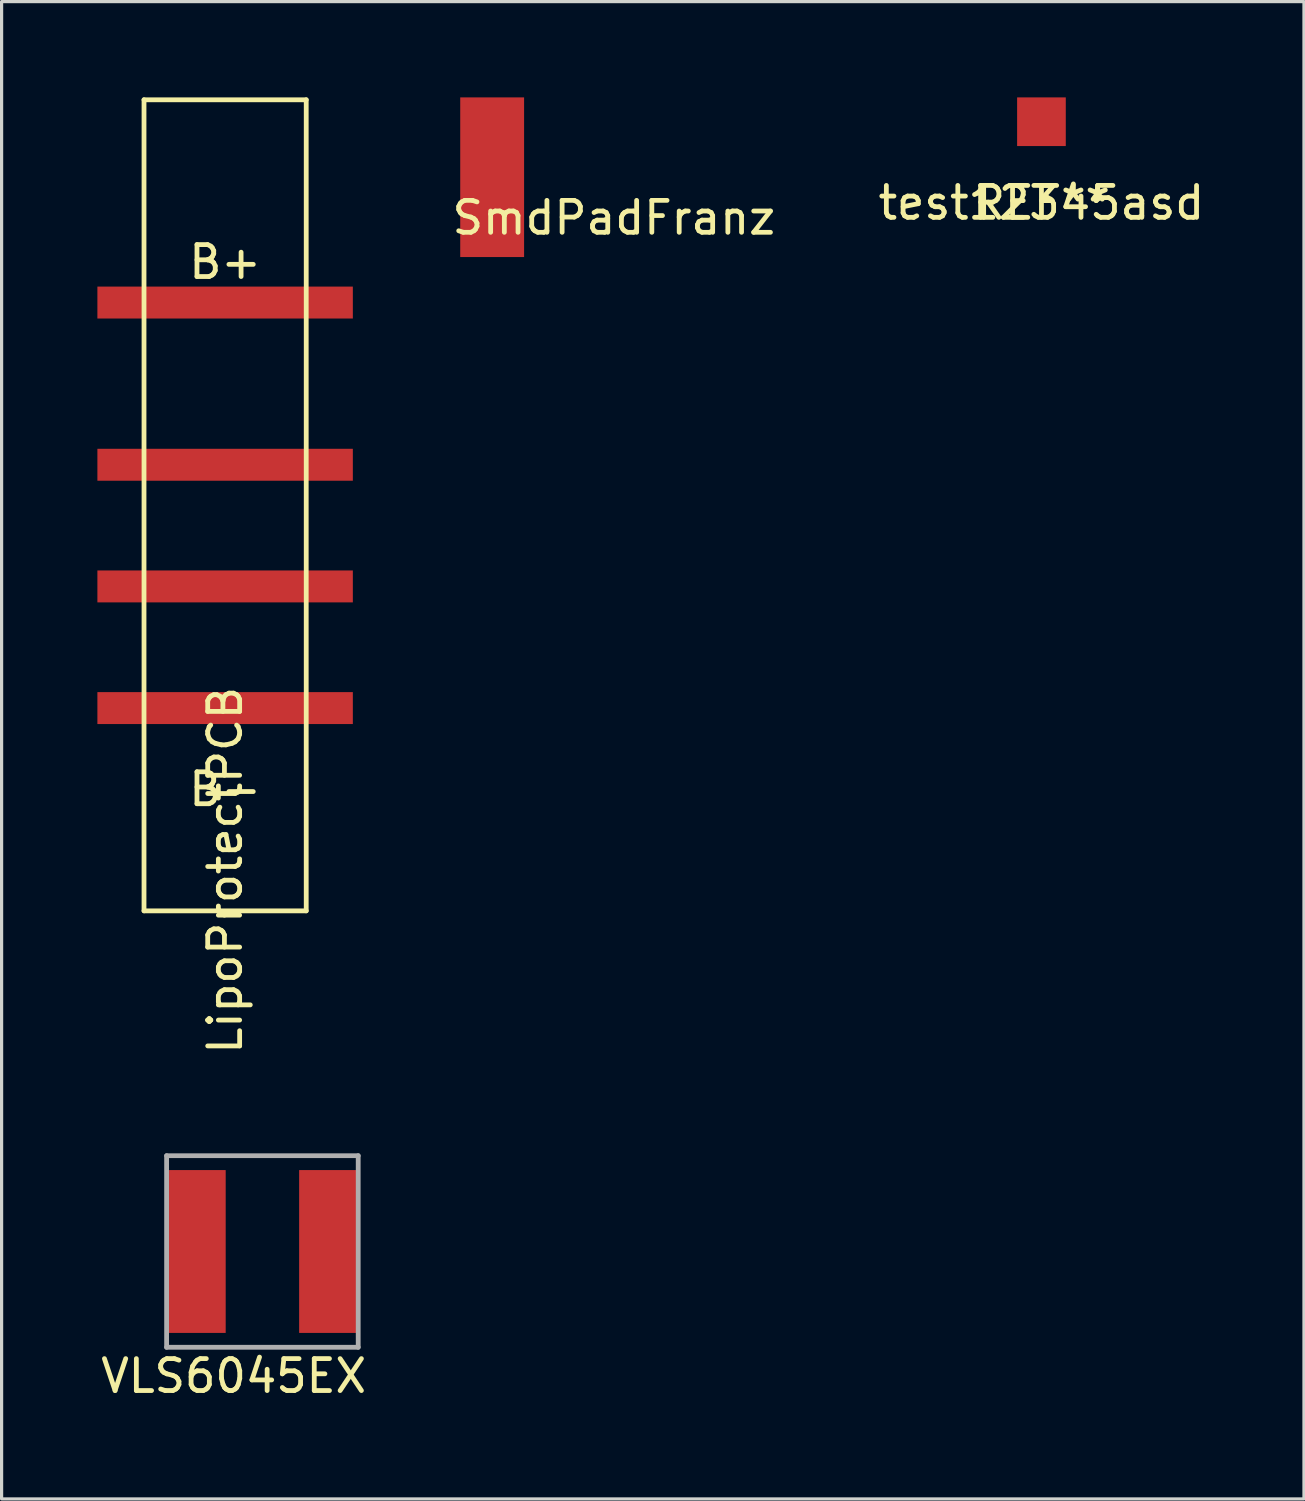
<source format=kicad_pcb>
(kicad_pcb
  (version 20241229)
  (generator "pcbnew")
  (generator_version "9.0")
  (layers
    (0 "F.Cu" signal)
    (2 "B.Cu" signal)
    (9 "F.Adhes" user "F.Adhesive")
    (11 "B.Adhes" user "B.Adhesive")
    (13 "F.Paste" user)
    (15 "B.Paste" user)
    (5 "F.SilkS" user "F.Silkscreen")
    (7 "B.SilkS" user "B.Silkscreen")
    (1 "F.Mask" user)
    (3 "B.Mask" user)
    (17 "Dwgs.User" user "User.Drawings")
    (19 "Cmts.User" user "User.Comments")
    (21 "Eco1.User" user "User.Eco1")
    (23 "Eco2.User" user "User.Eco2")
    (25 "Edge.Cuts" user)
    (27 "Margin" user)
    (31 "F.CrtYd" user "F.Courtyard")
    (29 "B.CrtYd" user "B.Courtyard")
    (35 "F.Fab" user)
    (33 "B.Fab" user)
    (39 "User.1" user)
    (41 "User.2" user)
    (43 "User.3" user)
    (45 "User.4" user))
  (footprint "SmdPadFranz"
    (layer "F.Cu")
    (at 12.363 2.5)
    (property "Reference" "SmdPadFranz" (at 3.81 1.27 0) (layer "F.SilkS") (effects (font (size 1 1) (thickness 0.15))))
    (attr through_hole)
    (pad "1" smd rect (at 0 0) (size 2 5) (layers "F.Cu" "F.Mask" "F.Paste")))
  (footprint "VLS6045EX"
    (layer "F.Cu")
    (at 5.168 36.143)
    (property "Reference" "VLS6045EX" (at -0.9 3.9 0) (layer "F.SilkS") (effects (font (size 1 1) (thickness 0.15))))
    (attr through_hole)
    (fp_line (start -3 -3) (end 3 -3) (stroke (width 0.15) (type solid)) (layer "F.Fab"))
    (fp_line (start -3 3) (end -3 -3) (stroke (width 0.15) (type solid)) (layer "F.Fab"))
    (fp_line (start 3 -3) (end 3 3) (stroke (width 0.15) (type solid)) (layer "F.Fab"))
    (fp_line (start 3 3) (end -3 3) (stroke (width 0.15) (type solid)) (layer "F.Fab"))
    (pad "1" smd rect (at -2.1 0) (size 1.9 5.1) (layers "F.Cu" "F.Mask" "F.Paste"))
    (pad "2" smd rect (at 2.1 0) (size 1.9 5.1) (layers "F.Cu" "F.Mask" "F.Paste")))
  (footprint "LipoProtectPCB"
    (layer "F.Cu")
    (at 4 20.395)
    (property "Reference" "LipoProtectPCB" (at 0 3.81 90) (layer "F.SilkS") (effects (font (size 1 1) (thickness 0.15))))
    (attr through_hole)
    (fp_line (start -2.54 -20.32) (end 2.54 -20.32) (stroke (width 0.15) (type solid)) (layer "F.SilkS"))
    (fp_line (start -2.54 5.08) (end -2.54 -20.32) (stroke (width 0.15) (type solid)) (layer "F.SilkS"))
    (fp_line (start 2.54 -20.32) (end 2.54 5.08) (stroke (width 0.15) (type solid)) (layer "F.SilkS"))
    (fp_line (start 2.54 5.08) (end -2.54 5.08) (stroke (width 0.15) (type solid)) (layer "F.SilkS"))
    (fp_text user "B-" (at 0 1.27 0) (layer "F.SilkS") (effects (font (size 1 1) (thickness 0.15))))
    (fp_text user "B+" (at 0 -15.24 0) (layer "F.SilkS") (effects (font (size 1 1) (thickness 0.15))))
    (pad "1" smd rect (at 0 -13.97) (size 8 1) (layers "F.Cu" "F.Mask" "F.Paste"))
    (pad "2" smd rect (at 0 -1.27) (size 8 1) (layers "F.Cu" "F.Mask" "F.Paste"))
    (pad "3" smd rect (at 0 -5.08) (size 8 1) (layers "F.Cu" "F.Mask" "F.Paste"))
    (pad "4" smd rect (at 0 -8.89) (size 8 1) (layers "F.Cu" "F.Mask" "F.Paste")))
  (footprint "test12345asd"
    (layer "F.Cu")
    (at 32.105 0.762)
    (property "Reference" "test12345asd" (at -2.54 2.54 0) (layer "F.SilkS") (effects (font (size 1 1) (thickness 0.15))))
    (attr through_hole)
    (fp_text user "REF**" (at -2.54 2.54 0) (layer "F.SilkS") (effects (font (size 1 1) (thickness 0.15))))
    (pad "1" smd rect (at -2.54 0) (size 1.524 1.524) (layers "F.Cu" "F.Mask" "F.Paste")))
  (gr_rect
    (start -3 -3)
    (end 37.786 43.891)
    (stroke (width 0.1) (type default))
    (fill no)
    (layer "Edge.Cuts")))
</source>
